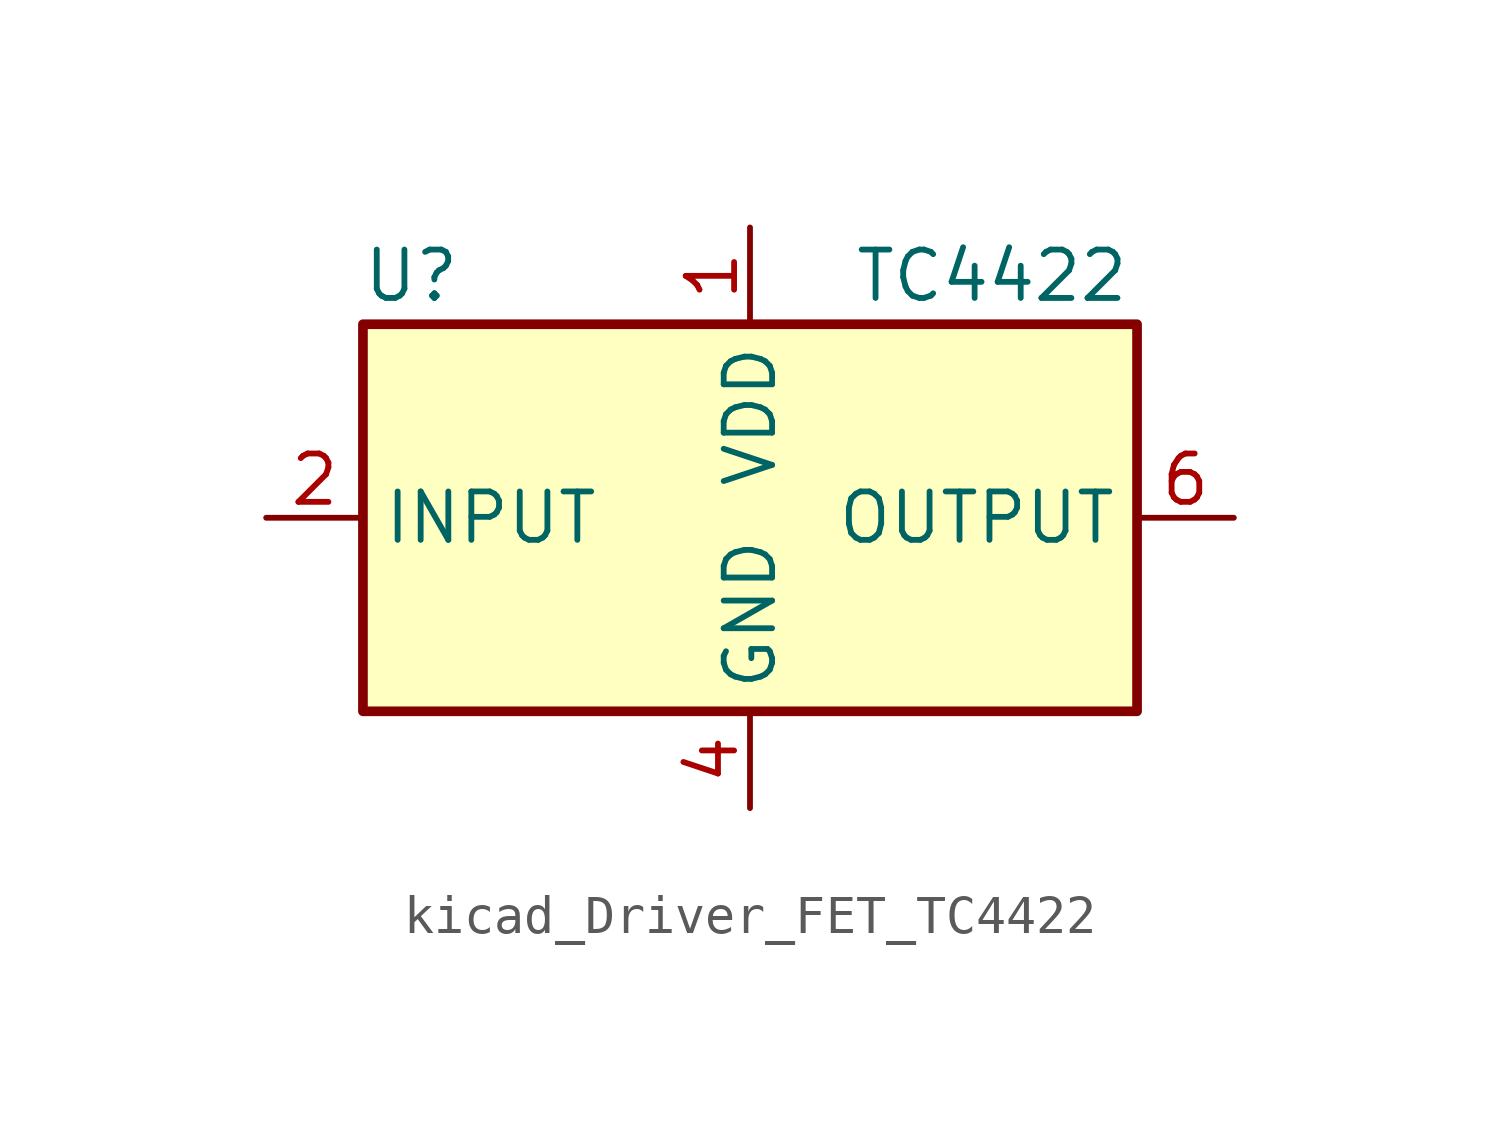
<source format=kicad_sym>
(kicad_symbol_lib
  (version 20220914)
  (generator kicad_symbol_editor)
  (symbol "kicad_Driver_FET_TC4422"
    (property "Reference" "U"
      (at -8.89 6.35 0)
      (effects (font (size 1.27 1.27))))
    (property "Value" "TC4422"
      (at 6.35 6.35 0)
      (effects (font (size 1.27 1.27))))
    (symbol "kicad_Driver_FET_TC4422_0_1"
      (rectangle (start -10.16 5.08) (end 10.16 -5.08) (stroke (width 0.254) (type default)) (fill (type background))))
    (symbol "kicad_Driver_FET_TC4422_1_1"
      (pin power_in line (at 0 7.62 270) (length 2.54) (name "VDD" (effects (font (size 1.27 1.27)))) (number "1" (effects (font (size 1.27 1.27)))))
      (pin input line (at -12.7 0 0) (length 2.54) (name "INPUT" (effects (font (size 1.27 1.27)))) (number "2" (effects (font (size 1.27 1.27)))))
      (pin no_connect line (at -5.08 -5.08 90) (length 2.54) hide (name "NC" (effects (font (size 1.27 1.27)))) (number "3" (effects (font (size 1.27 1.27)))))
      (pin power_in line (at 0 -7.62 90) (length 2.54) (name "GND" (effects (font (size 1.27 1.27)))) (number "4" (effects (font (size 1.27 1.27)))))
      (pin passive line (at 0 -7.62 90) (length 2.54) hide (name "GND" (effects (font (size 1.27 1.27)))) (number "5" (effects (font (size 1.27 1.27)))))
      (pin output line (at 12.7 0 180) (length 2.54) (name "OUTPUT" (effects (font (size 1.27 1.27)))) (number "6" (effects (font (size 1.27 1.27)))))
      (pin passive line (at 12.7 0 180) (length 2.54) hide (name "OUTPUT" (effects (font (size 1.27 1.27)))) (number "7" (effects (font (size 1.27 1.27)))))
      (pin passive line (at 0 7.62 270) (length 2.54) hide (name "VDD" (effects (font (size 1.27 1.27)))) (number "8" (effects (font (size 1.27 1.27))))))))
</source>
